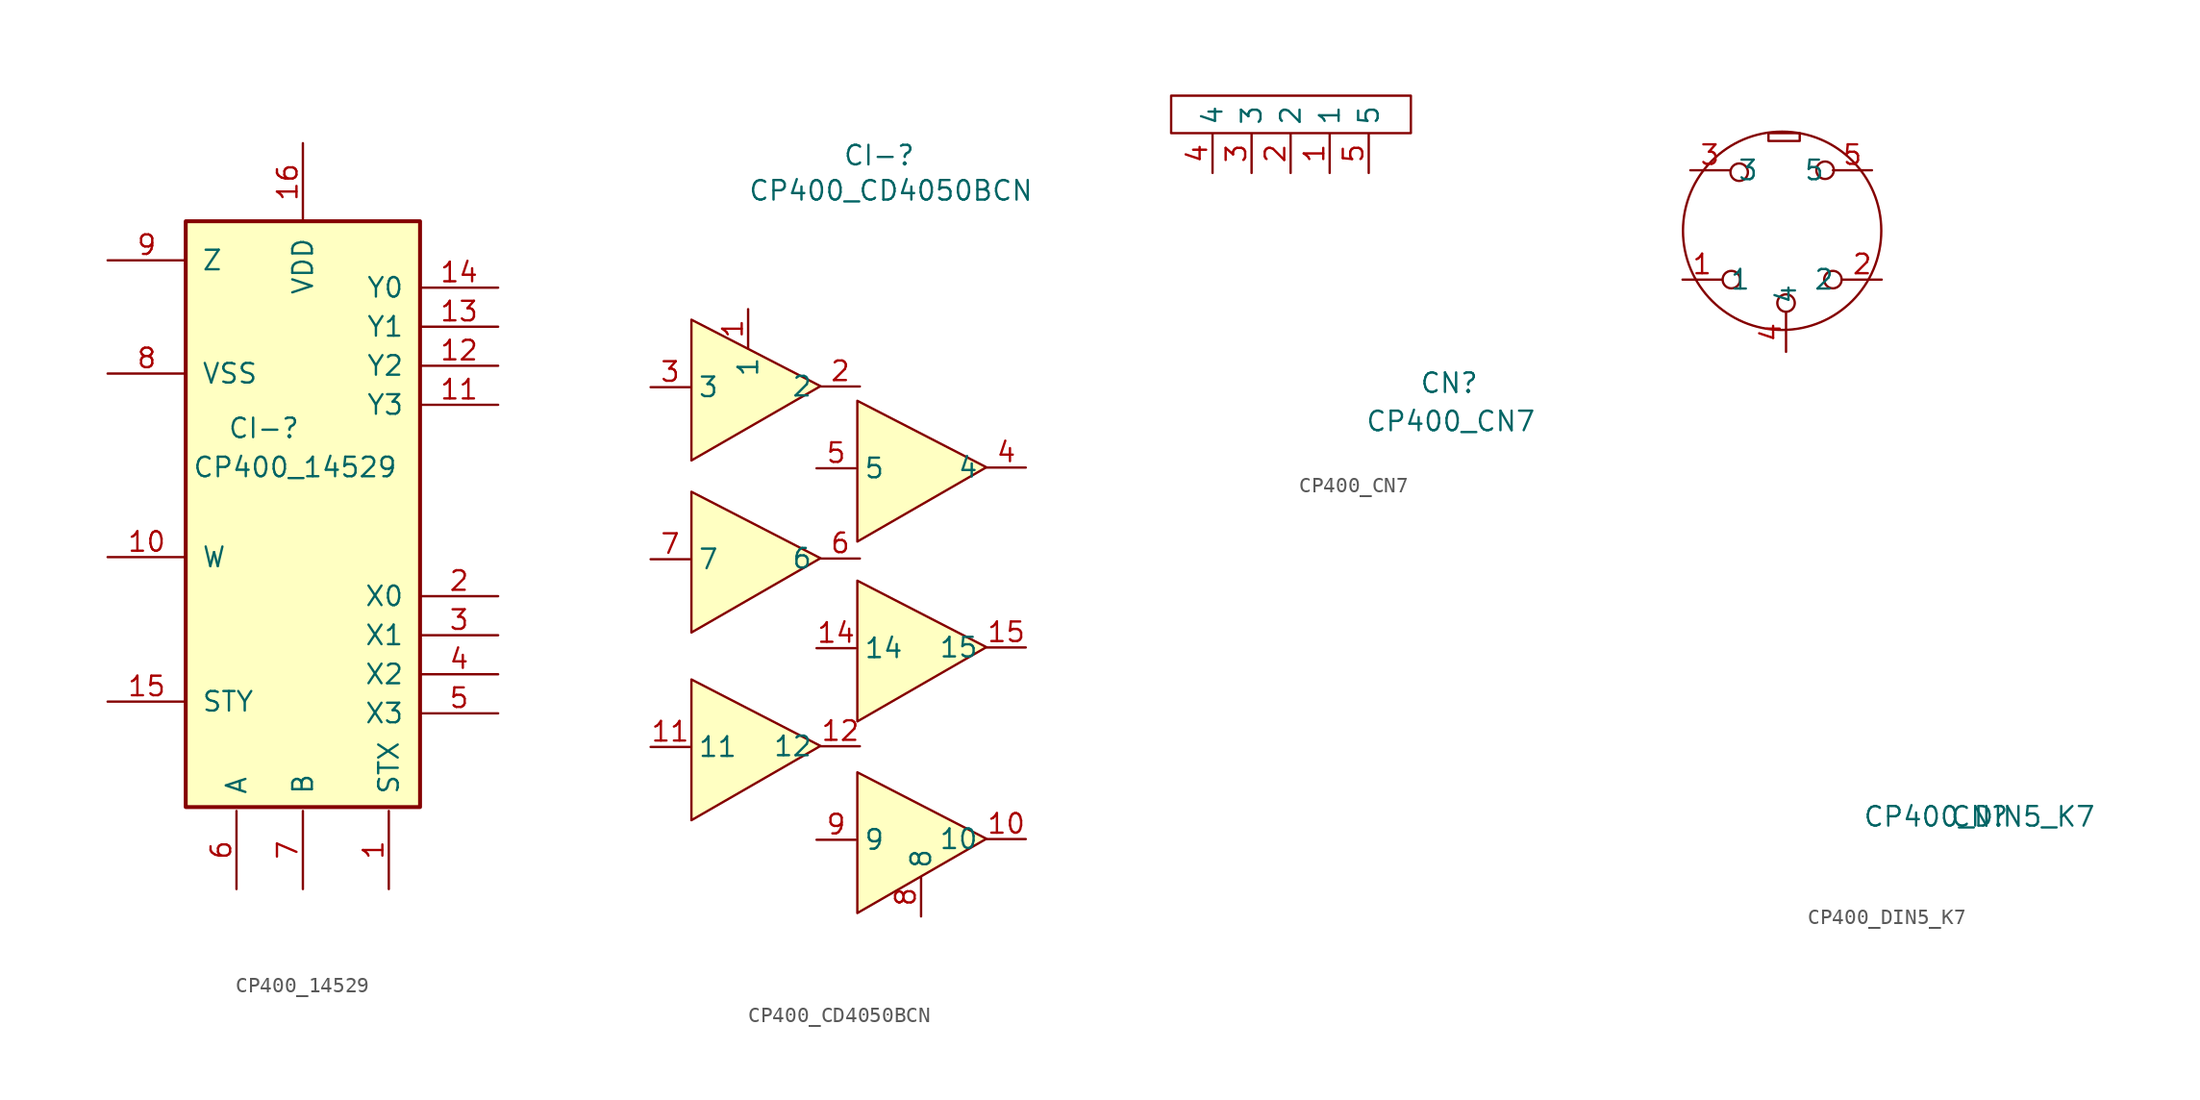
<source format=kicad_sym>
(kicad_symbol_lib
  (version 20211014)
  (generator kicad_symbol_editor)
  (symbol "CP400_14529"
    (pin_names
      (offset 1.016))
    (property "Reference" "CI-"
      (at -1.524 4.318 0)
      (effects (font (size 1.27 1.27))))
    (property "Value" "CP400_14529"
      (at 0.508 1.778 0)
      (effects (font (size 1.27 1.27))))
    (symbol "CP400_14529_1_0"
      (pin input line (at 6.604 -25.654 90) (length 5.08) (name "STX" (effects (font (size 1.27 1.27)))) (number "1" (effects (font (size 1.27 1.27)))))
      (pin tri_state line (at -11.684 -4.064 0) (length 5.08) (name "W" (effects (font (size 1.27 1.27)))) (number "10" (effects (font (size 1.27 1.27)))))
      (pin input line (at 13.716 5.842 180) (length 5.08) (name "Y3" (effects (font (size 1.27 1.27)))) (number "11" (effects (font (size 1.27 1.27)))))
      (pin input line (at 13.716 8.382 180) (length 5.08) (name "Y2" (effects (font (size 1.27 1.27)))) (number "12" (effects (font (size 1.27 1.27)))))
      (pin input line (at 13.716 10.922 180) (length 5.08) (name "Y1" (effects (font (size 1.27 1.27)))) (number "13" (effects (font (size 1.27 1.27)))))
      (pin input line (at 13.716 13.462 180) (length 5.08) (name "Y0" (effects (font (size 1.27 1.27)))) (number "14" (effects (font (size 1.27 1.27)))))
      (pin input line (at -11.684 -13.462 0) (length 5.08) (name "STY" (effects (font (size 1.27 1.27)))) (number "15" (effects (font (size 1.27 1.27)))))
      (pin power_in line (at 1.016 22.86 270) (length 5.08) (name "VDD" (effects (font (size 1.27 1.27)))) (number "16" (effects (font (size 1.27 1.27)))))
      (pin input line (at 13.716 -6.604 180) (length 5.08) (name "X0" (effects (font (size 1.27 1.27)))) (number "2" (effects (font (size 1.27 1.27)))))
      (pin input line (at 13.716 -9.144 180) (length 5.08) (name "X1" (effects (font (size 1.27 1.27)))) (number "3" (effects (font (size 1.27 1.27)))))
      (pin input line (at 13.716 -11.684 180) (length 5.08) (name "X2" (effects (font (size 1.27 1.27)))) (number "4" (effects (font (size 1.27 1.27)))))
      (pin input line (at 13.716 -14.224 180) (length 5.08) (name "X3" (effects (font (size 1.27 1.27)))) (number "5" (effects (font (size 1.27 1.27)))))
      (pin input line (at -3.302 -25.654 90) (length 5.08) (name "A" (effects (font (size 1.27 1.27)))) (number "6" (effects (font (size 1.27 1.27)))))
      (pin input line (at 1.016 -25.654 90) (length 5.08) (name "B" (effects (font (size 1.27 1.27)))) (number "7" (effects (font (size 1.27 1.27)))))
      (pin power_in line (at -11.684 7.874 0) (length 5.08) (name "VSS" (effects (font (size 1.27 1.27)))) (number "8" (effects (font (size 1.27 1.27)))))
      (pin tri_state line (at -11.684 15.24 0) (length 5.08) (name "Z" (effects (font (size 1.27 1.27)))) (number "9" (effects (font (size 1.27 1.27))))))
    (symbol "CP400_14529_1_1"
      (rectangle (start -6.604 -20.32) (end 8.636 17.78) (stroke (width 0.254) (type default) (color 0 0 0 0)) (fill (type background)))))
  (symbol "CP400_CD4050BCN"
    (property "Reference" "CI-"
      (at -0.762 2.286 0)
      (effects (font (size 1.27 1.27))))
    (property "Value" "CP400_CD4050BCN"
      (at 0 0 0)
      (effects (font (size 1.27 1.27))))
    (symbol "CP400_CD4050BCN_0_1"
      (polyline (pts (xy -12.954 -40.894) (xy -12.954 -31.75) (xy -4.572 -36.068) (xy -12.954 -40.894)) (stroke (width 0) (type default) (color 0 0 0 0)) (fill (type background)))
      (polyline (pts (xy -12.954 -28.702) (xy -12.954 -19.558) (xy -4.572 -23.876) (xy -12.954 -28.702)) (stroke (width 0) (type default) (color 0 0 0 0)) (fill (type background)))
      (polyline (pts (xy -12.954 -17.526) (xy -12.954 -8.382) (xy -4.572 -12.7) (xy -12.954 -17.526)) (stroke (width 0) (type default) (color 0 0 0 0)) (fill (type background)))
      (polyline (pts (xy -2.177 -46.924) (xy -2.177 -37.78) (xy 6.205 -42.098) (xy -2.177 -46.924)) (stroke (width 0) (type default) (color 0 0 0 0)) (fill (type background)))
      (polyline (pts (xy -2.177 -34.478) (xy -2.177 -25.334) (xy 6.205 -29.652) (xy -2.177 -34.478)) (stroke (width 0) (type default) (color 0 0 0 0)) (fill (type background)))
      (polyline (pts (xy -2.177 -22.794) (xy -2.177 -13.65) (xy 6.205 -17.968) (xy -2.177 -22.794)) (stroke (width 0) (type default) (color 0 0 0 0)) (fill (type background)))
      (pin power_in line (at -9.271 -7.699 270) (length 2.54) (name "1" (effects (font (size 1.27 1.27)))) (number "1" (effects (font (size 1.27 1.27)))))
      (pin output line (at 8.765 -42.118 180) (length 2.54) (name "10" (effects (font (size 1.27 1.27)))) (number "10" (effects (font (size 1.27 1.27)))))
      (pin input line (at -15.603 -36.134 0) (length 2.54) (name "11" (effects (font (size 1.27 1.27)))) (number "11" (effects (font (size 1.27 1.27)))))
      (pin output line (at -2.013 -36.088 180) (length 2.54) (name "12" (effects (font (size 1.27 1.27)))) (number "12" (effects (font (size 1.27 1.27)))))
      (pin input line (at -4.826 -29.718 0) (length 2.54) (name "14" (effects (font (size 1.27 1.27)))) (number "14" (effects (font (size 1.27 1.27)))))
      (pin output line (at 8.765 -29.672 180) (length 2.54) (name "15" (effects (font (size 1.27 1.27)))) (number "15" (effects (font (size 1.27 1.27)))))
      (pin output line (at -2.013 -12.72 180) (length 2.54) (name "2" (effects (font (size 1.27 1.27)))) (number "2" (effects (font (size 1.27 1.27)))))
      (pin input line (at -15.603 -12.766 0) (length 2.54) (name "3" (effects (font (size 1.27 1.27)))) (number "3" (effects (font (size 1.27 1.27)))))
      (pin output line (at 8.765 -17.988 180) (length 2.54) (name "4" (effects (font (size 1.27 1.27)))) (number "4" (effects (font (size 1.27 1.27)))))
      (pin input line (at -4.826 -18.034 0) (length 2.54) (name "5" (effects (font (size 1.27 1.27)))) (number "5" (effects (font (size 1.27 1.27)))))
      (pin output line (at -2.013 -23.896 180) (length 2.54) (name "6" (effects (font (size 1.27 1.27)))) (number "6" (effects (font (size 1.27 1.27)))))
      (pin input line (at -15.603 -23.942 0) (length 2.54) (name "7" (effects (font (size 1.27 1.27)))) (number "7" (effects (font (size 1.27 1.27)))))
      (pin power_in line (at 1.963 -47.142 90) (length 2.54) (name "8" (effects (font (size 1.27 1.27)))) (number "8" (effects (font (size 1.27 1.27)))))
      (pin input line (at -4.826 -42.164 0) (length 2.54) (name "9" (effects (font (size 1.27 1.27)))) (number "9" (effects (font (size 1.27 1.27)))))))
  (symbol "CP400_CN7"
    (property "Reference" "CN"
      (at 0 0 0)
      (effects (font (size 1.27 1.27))))
    (property "Value" "CP400_CN7"
      (at 0.102 -2.489 0)
      (effects (font (size 1.27 1.27))))
    (symbol "CP400_CN7_0_1"
      (rectangle (start -2.489 16.256) (end -18.085 18.694) (stroke (width 0) (type default) (color 0 0 0 0)) (fill (type none))))
    (symbol "CP400_CN7_1_1"
      (pin input line (at -7.772 13.665 90) (length 2.54) (name "1" (effects (font (size 1.27 1.27)))) (number "1" (effects (font (size 1.27 1.27)))))
      (pin input line (at -10.312 13.665 90) (length 2.54) (name "2" (effects (font (size 1.27 1.27)))) (number "2" (effects (font (size 1.27 1.27)))))
      (pin input line (at -12.852 13.665 90) (length 2.54) (name "3" (effects (font (size 1.27 1.27)))) (number "3" (effects (font (size 1.27 1.27)))))
      (pin input line (at -15.392 13.665 90) (length 2.54) (name "4" (effects (font (size 1.27 1.27)))) (number "4" (effects (font (size 1.27 1.27)))))
      (pin input line (at -5.232 13.665 90) (length 2.54) (name "5" (effects (font (size 1.27 1.27)))) (number "5" (effects (font (size 1.27 1.27)))))))
  (symbol "CP400_DIN5_K7"
    (property "Reference" "CN"
      (at 0 0 0)
      (effects (font (size 1.27 1.27))))
    (property "Value" "CP400_DIN5_K7"
      (at 0 0 0)
      (effects (font (size 1.27 1.27))))
    (symbol "CP400_DIN5_K7_0_1"
      (circle (center -16.129 34.925) (radius 0.568) (stroke (width 0) (type default) (color 0 0 0 0)) (fill (type none)))
      (circle (center -15.621 41.91) (radius 0.568) (stroke (width 0) (type default) (color 0 0 0 0)) (fill (type none)))
      (rectangle (start -13.716 44.45) (end -11.684 43.942) (stroke (width 0) (type default) (color 0 0 0 0)) (fill (type none)))
      (circle (center -12.827 38.1) (radius 6.448) (stroke (width 0) (type default) (color 0 0 0 0)) (fill (type none)))
      (circle (center -12.573 33.401) (radius 0.568) (stroke (width 0) (type default) (color 0 0 0 0)) (fill (type none)))
      (circle (center -10.033 42.037) (radius 0.568) (stroke (width 0) (type default) (color 0 0 0 0)) (fill (type none)))
      (circle (center -9.525 34.925) (radius 0.568) (stroke (width 0) (type default) (color 0 0 0 0)) (fill (type none))))
    (symbol "CP400_DIN5_K7_1_1"
      (pin input line (at -19.304 34.925 0) (length 2.54) (name "1" (effects (font (size 1.27 1.27)))) (number "1" (effects (font (size 1.27 1.27)))))
      (pin input line (at -6.35 34.925 180) (length 2.54) (name "2" (effects (font (size 1.27 1.27)))) (number "2" (effects (font (size 1.27 1.27)))))
      (pin input line (at -18.796 42.037 0) (length 2.54) (name "3" (effects (font (size 1.27 1.27)))) (number "3" (effects (font (size 1.27 1.27)))))
      (pin input line (at -12.573 30.226 90) (length 2.54) (name "4" (effects (font (size 1.27 1.27)))) (number "4" (effects (font (size 1.27 1.27)))))
      (pin input line (at -6.985 42.037 180) (length 2.54) (name "5" (effects (font (size 1.27 1.27)))) (number "5" (effects (font (size 1.27 1.27))))))))
</source>
